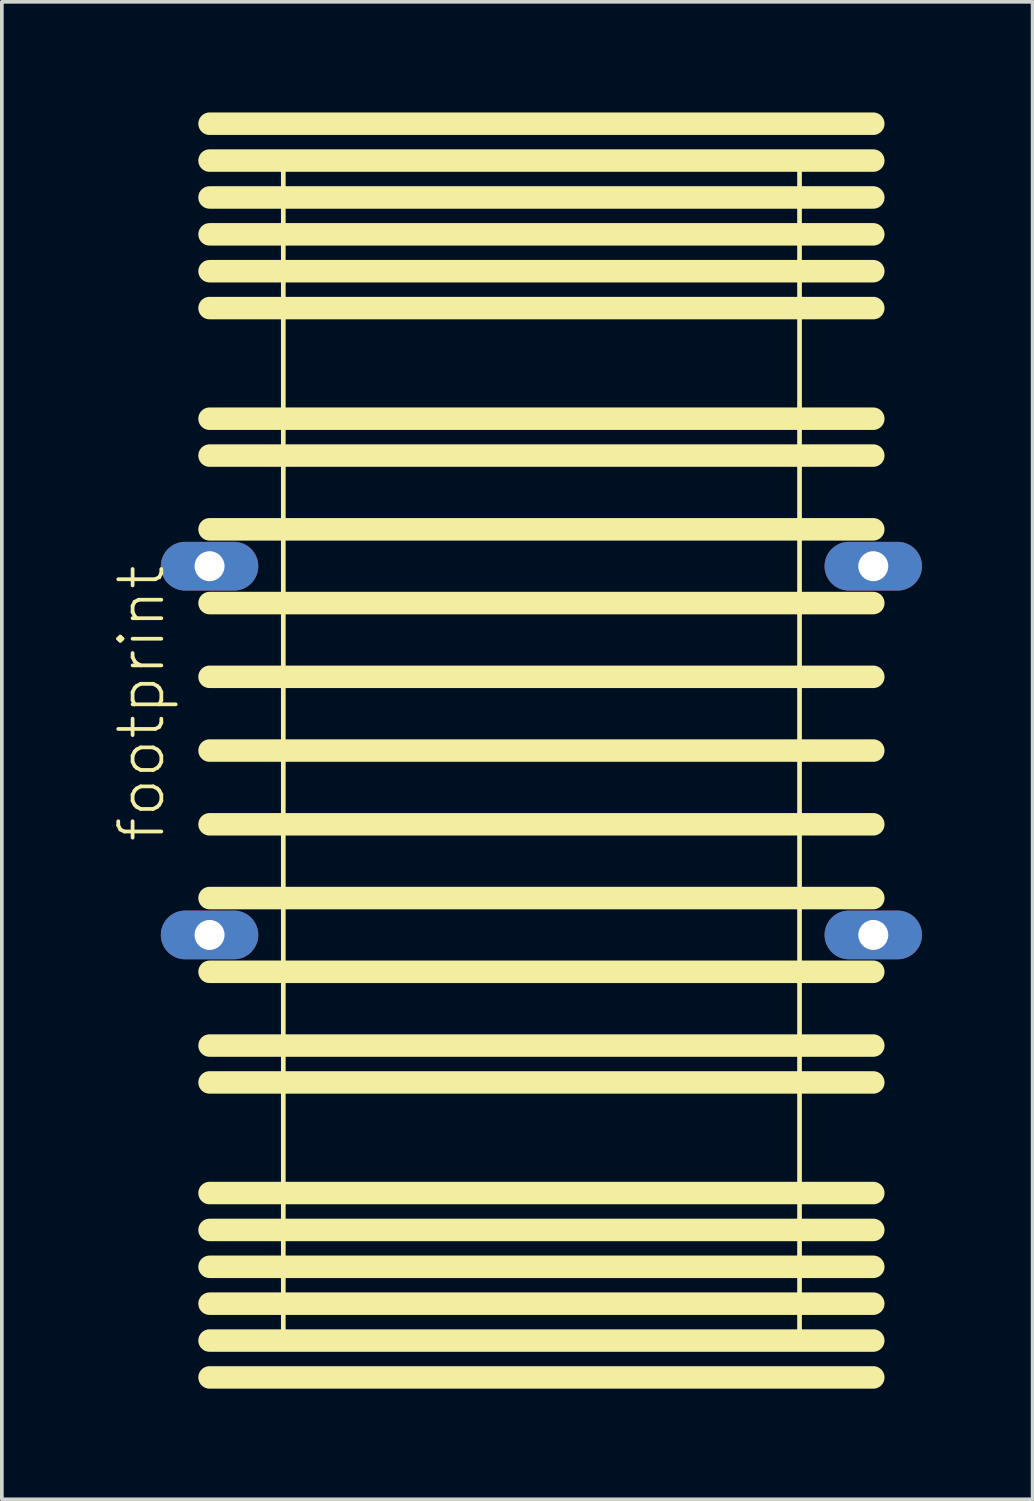
<source format=kicad_pcb>
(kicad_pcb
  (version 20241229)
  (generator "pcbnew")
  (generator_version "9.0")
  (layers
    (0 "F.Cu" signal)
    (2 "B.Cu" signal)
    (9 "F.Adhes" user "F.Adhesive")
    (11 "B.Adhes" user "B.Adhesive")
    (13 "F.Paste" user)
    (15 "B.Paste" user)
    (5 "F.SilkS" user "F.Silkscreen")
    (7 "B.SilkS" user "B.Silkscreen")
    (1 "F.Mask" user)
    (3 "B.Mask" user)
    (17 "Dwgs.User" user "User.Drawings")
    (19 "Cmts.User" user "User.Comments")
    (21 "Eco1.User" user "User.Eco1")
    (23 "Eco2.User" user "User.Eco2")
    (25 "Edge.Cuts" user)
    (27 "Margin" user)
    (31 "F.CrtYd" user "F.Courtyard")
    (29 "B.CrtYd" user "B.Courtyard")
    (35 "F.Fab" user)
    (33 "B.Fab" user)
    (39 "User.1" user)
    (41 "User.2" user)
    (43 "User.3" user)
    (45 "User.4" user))
  (footprint "footprint"
    (layer "F.Cu")
    (at 11.633 17.305)
    (property "Reference" "footprint" (at -10.16 2.54 90) (layer "F.SilkS") (effects (font (size 1.168 1.168) (thickness 0.102)) (justify left bottom)))
    (fp_line (start -9 -17) (end 9 -17) (stroke (width 0.61) (type solid)) (layer "F.SilkS"))
    (fp_line (start -9 -16) (end 9 -16) (stroke (width 0.61) (type solid)) (layer "F.SilkS"))
    (fp_line (start -9 -15) (end 9 -15) (stroke (width 0.61) (type solid)) (layer "F.SilkS"))
    (fp_line (start -9 -14) (end 9 -14) (stroke (width 0.61) (type solid)) (layer "F.SilkS"))
    (fp_line (start -9 -13) (end 9 -13) (stroke (width 0.61) (type solid)) (layer "F.SilkS"))
    (fp_line (start -9 -12) (end 9 -12) (stroke (width 0.61) (type solid)) (layer "F.SilkS"))
    (fp_line (start -9 -9) (end 9 -9) (stroke (width 0.61) (type solid)) (layer "F.SilkS"))
    (fp_line (start -9 -8) (end 9 -8) (stroke (width 0.61) (type solid)) (layer "F.SilkS"))
    (fp_line (start -9 -6) (end 9 -6) (stroke (width 0.61) (type solid)) (layer "F.SilkS"))
    (fp_line (start -9 -4) (end 9 -4) (stroke (width 0.61) (type solid)) (layer "F.SilkS"))
    (fp_line (start -9 -2) (end 9 -2) (stroke (width 0.61) (type solid)) (layer "F.SilkS"))
    (fp_line (start -9 0) (end 9 0) (stroke (width 0.61) (type solid)) (layer "F.SilkS"))
    (fp_line (start -9 2) (end 9 2) (stroke (width 0.61) (type solid)) (layer "F.SilkS"))
    (fp_line (start -9 4) (end 9 4) (stroke (width 0.61) (type solid)) (layer "F.SilkS"))
    (fp_line (start -9 6) (end 9 6) (stroke (width 0.61) (type solid)) (layer "F.SilkS"))
    (fp_line (start -9 8) (end 9 8) (stroke (width 0.61) (type solid)) (layer "F.SilkS"))
    (fp_line (start -9 9) (end 9 9) (stroke (width 0.61) (type solid)) (layer "F.SilkS"))
    (fp_line (start -9 12) (end 9 12) (stroke (width 0.61) (type solid)) (layer "F.SilkS"))
    (fp_line (start -9 13) (end 9 13) (stroke (width 0.61) (type solid)) (layer "F.SilkS"))
    (fp_line (start -9 14) (end 9 14) (stroke (width 0.61) (type solid)) (layer "F.SilkS"))
    (fp_line (start -9 15) (end 9 15) (stroke (width 0.61) (type solid)) (layer "F.SilkS"))
    (fp_line (start -9 16) (end 9 16) (stroke (width 0.61) (type solid)) (layer "F.SilkS"))
    (fp_line (start -9 17) (end 9 17) (stroke (width 0.61) (type solid)) (layer "F.SilkS"))
    (fp_line (start -7 -16) (end 7 -16) (stroke (width 0.127) (type solid)) (layer "F.SilkS"))
    (fp_line (start -7 16) (end -7 -16) (stroke (width 0.127) (type solid)) (layer "F.SilkS"))
    (fp_line (start 7 -16) (end 7 16) (stroke (width 0.127) (type solid)) (layer "F.SilkS"))
    (fp_line (start 7 16) (end -7 16) (stroke (width 0.127) (type solid)) (layer "F.SilkS"))
    (pad "1" thru_hole oval (at -9 -5) (size 2.642 1.321) (drill 0.813) (layers "*.Cu" "*.Mask"))
    (pad "2" thru_hole oval (at 9 -5) (size 2.642 1.321) (drill 0.813) (layers "*.Cu" "*.Mask"))
    (pad "3" thru_hole oval (at -9 5) (size 2.642 1.321) (drill 0.813) (layers "*.Cu" "*.Mask"))
    (pad "4" thru_hole oval (at 9 5) (size 2.642 1.321) (drill 0.813) (layers "*.Cu" "*.Mask")))
  (gr_rect
    (start -3 -3)
    (end 24.954 37.61)
    (stroke (width 0.1) (type default))
    (fill no)
    (layer "Edge.Cuts")))
</source>
